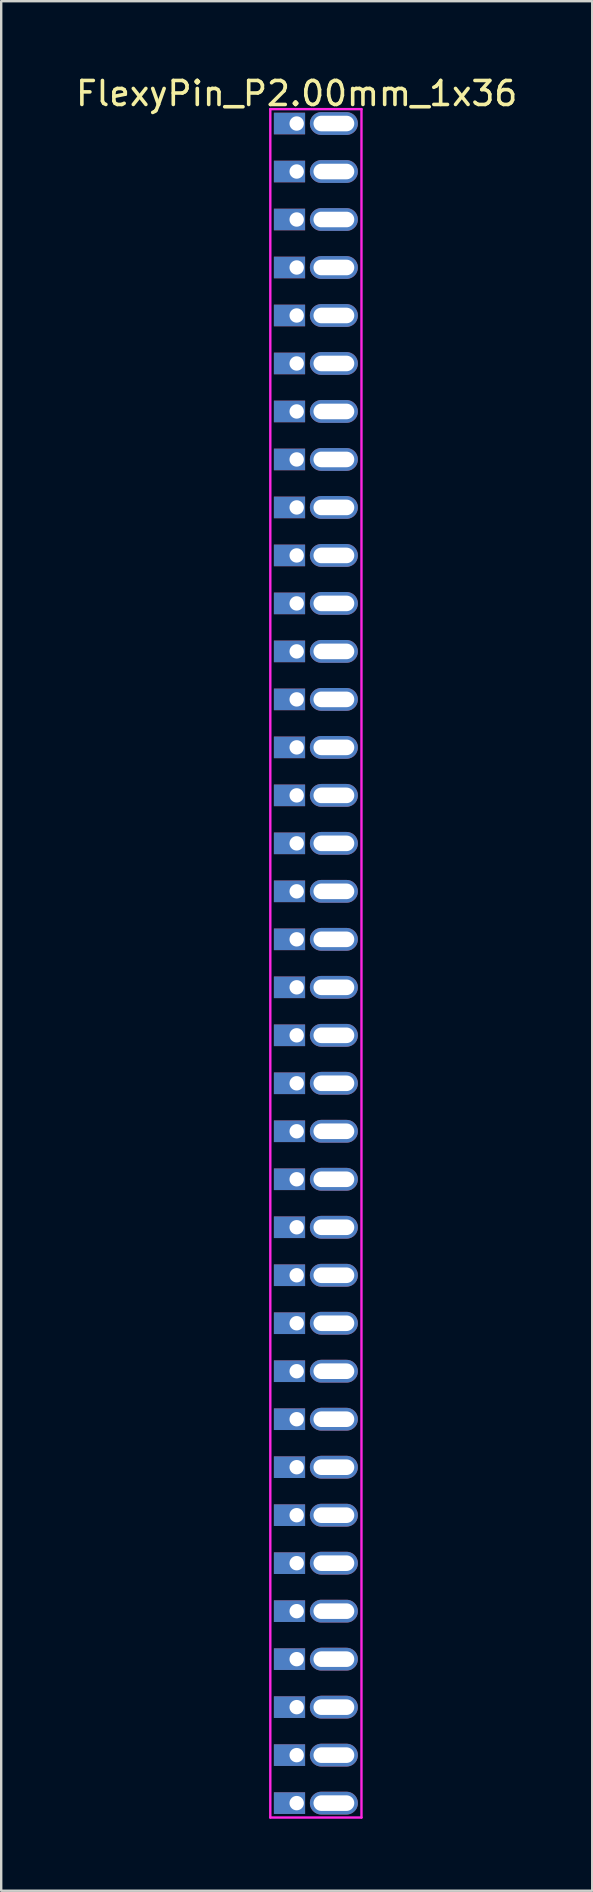
<source format=kicad_pcb>
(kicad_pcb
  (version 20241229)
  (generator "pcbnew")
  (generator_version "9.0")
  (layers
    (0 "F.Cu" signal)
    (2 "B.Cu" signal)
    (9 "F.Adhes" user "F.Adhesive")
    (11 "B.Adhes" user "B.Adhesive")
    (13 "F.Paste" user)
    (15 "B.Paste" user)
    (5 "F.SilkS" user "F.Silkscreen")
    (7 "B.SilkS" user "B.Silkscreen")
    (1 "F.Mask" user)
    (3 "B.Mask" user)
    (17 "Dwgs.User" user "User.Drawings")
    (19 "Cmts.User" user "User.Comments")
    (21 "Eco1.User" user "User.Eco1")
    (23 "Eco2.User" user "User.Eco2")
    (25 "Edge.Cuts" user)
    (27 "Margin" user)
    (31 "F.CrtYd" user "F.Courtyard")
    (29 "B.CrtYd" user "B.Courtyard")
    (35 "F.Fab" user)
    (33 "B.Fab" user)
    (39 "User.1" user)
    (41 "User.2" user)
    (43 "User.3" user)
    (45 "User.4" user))
  (footprint "FlexyPin_P2.00mm_1x36"
    (layer "F.Cu")
    (at 9.315 2.098)
    (property "Reference" "FlexyPin_P2.00mm_1x36" (at 0 -1.25 0) (layer "F.SilkS") (effects (font (size 1 1) (thickness 0.15))))
    (attr through_hole)
    (fp_line (start -1.1 -0.6) (end 2.7 -0.6) (stroke (width 0.1) (type solid)) (layer "F.CrtYd"))
    (fp_line (start -1.1 70.6) (end -1.1 -0.6) (stroke (width 0.1) (type solid)) (layer "F.CrtYd"))
    (fp_line (start 2.7 -0.6) (end 2.7 70.6) (stroke (width 0.1) (type solid)) (layer "F.CrtYd"))
    (fp_line (start 2.7 70.6) (end -1.1 70.6) (stroke (width 0.1) (type solid)) (layer "F.CrtYd"))
    (pad "" thru_hole oval (at 1.55 0) (size 2 0.95) (drill oval 1.7 0.65) (layers "*.Cu" "*.Mask"))
    (pad "" thru_hole oval (at 1.55 2) (size 2 0.95) (drill oval 1.7 0.65) (layers "*.Cu" "*.Mask"))
    (pad "" thru_hole oval (at 1.55 4) (size 2 0.95) (drill oval 1.7 0.65) (layers "*.Cu" "*.Mask"))
    (pad "" thru_hole oval (at 1.55 6) (size 2 0.95) (drill oval 1.7 0.65) (layers "*.Cu" "*.Mask"))
    (pad "" thru_hole oval (at 1.55 8) (size 2 0.95) (drill oval 1.7 0.65) (layers "*.Cu" "*.Mask"))
    (pad "" thru_hole oval (at 1.55 10) (size 2 0.95) (drill oval 1.7 0.65) (layers "*.Cu" "*.Mask"))
    (pad "" thru_hole oval (at 1.55 12) (size 2 0.95) (drill oval 1.7 0.65) (layers "*.Cu" "*.Mask"))
    (pad "" thru_hole oval (at 1.55 14) (size 2 0.95) (drill oval 1.7 0.65) (layers "*.Cu" "*.Mask"))
    (pad "" thru_hole oval (at 1.55 16) (size 2 0.95) (drill oval 1.7 0.65) (layers "*.Cu" "*.Mask"))
    (pad "" thru_hole oval (at 1.55 18) (size 2 0.95) (drill oval 1.7 0.65) (layers "*.Cu" "*.Mask"))
    (pad "" thru_hole oval (at 1.55 20) (size 2 0.95) (drill oval 1.7 0.65) (layers "*.Cu" "*.Mask"))
    (pad "" thru_hole oval (at 1.55 22) (size 2 0.95) (drill oval 1.7 0.65) (layers "*.Cu" "*.Mask"))
    (pad "" thru_hole oval (at 1.55 24) (size 2 0.95) (drill oval 1.7 0.65) (layers "*.Cu" "*.Mask"))
    (pad "" thru_hole oval (at 1.55 26) (size 2 0.95) (drill oval 1.7 0.65) (layers "*.Cu" "*.Mask"))
    (pad "" thru_hole oval (at 1.55 28) (size 2 0.95) (drill oval 1.7 0.65) (layers "*.Cu" "*.Mask"))
    (pad "" thru_hole oval (at 1.55 30) (size 2 0.95) (drill oval 1.7 0.65) (layers "*.Cu" "*.Mask"))
    (pad "" thru_hole oval (at 1.55 32) (size 2 0.95) (drill oval 1.7 0.65) (layers "*.Cu" "*.Mask"))
    (pad "" thru_hole oval (at 1.55 34) (size 2 0.95) (drill oval 1.7 0.65) (layers "*.Cu" "*.Mask"))
    (pad "" thru_hole oval (at 1.55 36) (size 2 0.95) (drill oval 1.7 0.65) (layers "*.Cu" "*.Mask"))
    (pad "" thru_hole oval (at 1.55 38) (size 2 0.95) (drill oval 1.7 0.65) (layers "*.Cu" "*.Mask"))
    (pad "" thru_hole oval (at 1.55 40) (size 2 0.95) (drill oval 1.7 0.65) (layers "*.Cu" "*.Mask"))
    (pad "" thru_hole oval (at 1.55 42) (size 2 0.95) (drill oval 1.7 0.65) (layers "*.Cu" "*.Mask"))
    (pad "" thru_hole oval (at 1.55 44) (size 2 0.95) (drill oval 1.7 0.65) (layers "*.Cu" "*.Mask"))
    (pad "" thru_hole oval (at 1.55 46) (size 2 0.95) (drill oval 1.7 0.65) (layers "*.Cu" "*.Mask"))
    (pad "" thru_hole oval (at 1.55 48) (size 2 0.95) (drill oval 1.7 0.65) (layers "*.Cu" "*.Mask"))
    (pad "" thru_hole oval (at 1.55 50) (size 2 0.95) (drill oval 1.7 0.65) (layers "*.Cu" "*.Mask"))
    (pad "" thru_hole oval (at 1.55 52) (size 2 0.95) (drill oval 1.7 0.65) (layers "*.Cu" "*.Mask"))
    (pad "" thru_hole oval (at 1.55 54) (size 2 0.95) (drill oval 1.7 0.65) (layers "*.Cu" "*.Mask"))
    (pad "" thru_hole oval (at 1.55 56) (size 2 0.95) (drill oval 1.7 0.65) (layers "*.Cu" "*.Mask"))
    (pad "" thru_hole oval (at 1.55 58) (size 2 0.95) (drill oval 1.7 0.65) (layers "*.Cu" "*.Mask"))
    (pad "" thru_hole oval (at 1.55 60) (size 2 0.95) (drill oval 1.7 0.65) (layers "*.Cu" "*.Mask"))
    (pad "" thru_hole oval (at 1.55 62) (size 2 0.95) (drill oval 1.7 0.65) (layers "*.Cu" "*.Mask"))
    (pad "" thru_hole oval (at 1.55 64) (size 2 0.95) (drill oval 1.7 0.65) (layers "*.Cu" "*.Mask"))
    (pad "" thru_hole oval (at 1.55 66) (size 2 0.95) (drill oval 1.7 0.65) (layers "*.Cu" "*.Mask"))
    (pad "" thru_hole oval (at 1.55 68) (size 2 0.95) (drill oval 1.7 0.65) (layers "*.Cu" "*.Mask"))
    (pad "" thru_hole oval (at 1.55 70) (size 2 0.95) (drill oval 1.7 0.65) (layers "*.Cu" "*.Mask"))
    (pad "1" thru_hole rect (at 0 0) (size 1.3 0.9) (drill 0.6 (offset -0.3 0)) (layers "*.Cu" "*.Mask"))
    (pad "2" thru_hole rect (at 0 2) (size 1.3 0.9) (drill 0.6 (offset -0.3 0)) (layers "*.Cu" "*.Mask"))
    (pad "3" thru_hole rect (at 0 4) (size 1.3 0.9) (drill 0.6 (offset -0.3 0)) (layers "*.Cu" "*.Mask"))
    (pad "4" thru_hole rect (at 0 6) (size 1.3 0.9) (drill 0.6 (offset -0.3 0)) (layers "*.Cu" "*.Mask"))
    (pad "5" thru_hole rect (at 0 8) (size 1.3 0.9) (drill 0.6 (offset -0.3 0)) (layers "*.Cu" "*.Mask"))
    (pad "6" thru_hole rect (at 0 10) (size 1.3 0.9) (drill 0.6 (offset -0.3 0)) (layers "*.Cu" "*.Mask"))
    (pad "7" thru_hole rect (at 0 12) (size 1.3 0.9) (drill 0.6 (offset -0.3 0)) (layers "*.Cu" "*.Mask"))
    (pad "8" thru_hole rect (at 0 14) (size 1.3 0.9) (drill 0.6 (offset -0.3 0)) (layers "*.Cu" "*.Mask"))
    (pad "9" thru_hole rect (at 0 16) (size 1.3 0.9) (drill 0.6 (offset -0.3 0)) (layers "*.Cu" "*.Mask"))
    (pad "10" thru_hole rect (at 0 18) (size 1.3 0.9) (drill 0.6 (offset -0.3 0)) (layers "*.Cu" "*.Mask"))
    (pad "11" thru_hole rect (at 0 20) (size 1.3 0.9) (drill 0.6 (offset -0.3 0)) (layers "*.Cu" "*.Mask"))
    (pad "12" thru_hole rect (at 0 22) (size 1.3 0.9) (drill 0.6 (offset -0.3 0)) (layers "*.Cu" "*.Mask"))
    (pad "13" thru_hole rect (at 0 24) (size 1.3 0.9) (drill 0.6 (offset -0.3 0)) (layers "*.Cu" "*.Mask"))
    (pad "14" thru_hole rect (at 0 26) (size 1.3 0.9) (drill 0.6 (offset -0.3 0)) (layers "*.Cu" "*.Mask"))
    (pad "15" thru_hole rect (at 0 28) (size 1.3 0.9) (drill 0.6 (offset -0.3 0)) (layers "*.Cu" "*.Mask"))
    (pad "16" thru_hole rect (at 0 30) (size 1.3 0.9) (drill 0.6 (offset -0.3 0)) (layers "*.Cu" "*.Mask"))
    (pad "17" thru_hole rect (at 0 32) (size 1.3 0.9) (drill 0.6 (offset -0.3 0)) (layers "*.Cu" "*.Mask"))
    (pad "18" thru_hole rect (at 0 34) (size 1.3 0.9) (drill 0.6 (offset -0.3 0)) (layers "*.Cu" "*.Mask"))
    (pad "19" thru_hole rect (at 0 36) (size 1.3 0.9) (drill 0.6 (offset -0.3 0)) (layers "*.Cu" "*.Mask"))
    (pad "20" thru_hole rect (at 0 38) (size 1.3 0.9) (drill 0.6 (offset -0.3 0)) (layers "*.Cu" "*.Mask"))
    (pad "21" thru_hole rect (at 0 40) (size 1.3 0.9) (drill 0.6 (offset -0.3 0)) (layers "*.Cu" "*.Mask"))
    (pad "22" thru_hole rect (at 0 42) (size 1.3 0.9) (drill 0.6 (offset -0.3 0)) (layers "*.Cu" "*.Mask"))
    (pad "23" thru_hole rect (at 0 44) (size 1.3 0.9) (drill 0.6 (offset -0.3 0)) (layers "*.Cu" "*.Mask"))
    (pad "24" thru_hole rect (at 0 46) (size 1.3 0.9) (drill 0.6 (offset -0.3 0)) (layers "*.Cu" "*.Mask"))
    (pad "25" thru_hole rect (at 0 48) (size 1.3 0.9) (drill 0.6 (offset -0.3 0)) (layers "*.Cu" "*.Mask"))
    (pad "26" thru_hole rect (at 0 50) (size 1.3 0.9) (drill 0.6 (offset -0.3 0)) (layers "*.Cu" "*.Mask"))
    (pad "27" thru_hole rect (at 0 52) (size 1.3 0.9) (drill 0.6 (offset -0.3 0)) (layers "*.Cu" "*.Mask"))
    (pad "28" thru_hole rect (at 0 54) (size 1.3 0.9) (drill 0.6 (offset -0.3 0)) (layers "*.Cu" "*.Mask"))
    (pad "29" thru_hole rect (at 0 56) (size 1.3 0.9) (drill 0.6 (offset -0.3 0)) (layers "*.Cu" "*.Mask"))
    (pad "30" thru_hole rect (at 0 58) (size 1.3 0.9) (drill 0.6 (offset -0.3 0)) (layers "*.Cu" "*.Mask"))
    (pad "31" thru_hole rect (at 0 60) (size 1.3 0.9) (drill 0.6 (offset -0.3 0)) (layers "*.Cu" "*.Mask"))
    (pad "32" thru_hole rect (at 0 62) (size 1.3 0.9) (drill 0.6 (offset -0.3 0)) (layers "*.Cu" "*.Mask"))
    (pad "33" thru_hole rect (at 0 64) (size 1.3 0.9) (drill 0.6 (offset -0.3 0)) (layers "*.Cu" "*.Mask"))
    (pad "34" thru_hole rect (at 0 66) (size 1.3 0.9) (drill 0.6 (offset -0.3 0)) (layers "*.Cu" "*.Mask"))
    (pad "35" thru_hole rect (at 0 68) (size 1.3 0.9) (drill 0.6 (offset -0.3 0)) (layers "*.Cu" "*.Mask"))
    (pad "36" thru_hole rect (at 0 70) (size 1.3 0.9) (drill 0.6 (offset -0.3 0)) (layers "*.Cu" "*.Mask")))
  (gr_rect
    (start -3 -3)
    (end 21.631 75.748)
    (stroke (width 0.1) (type default))
    (fill no)
    (layer "Edge.Cuts")))
</source>
